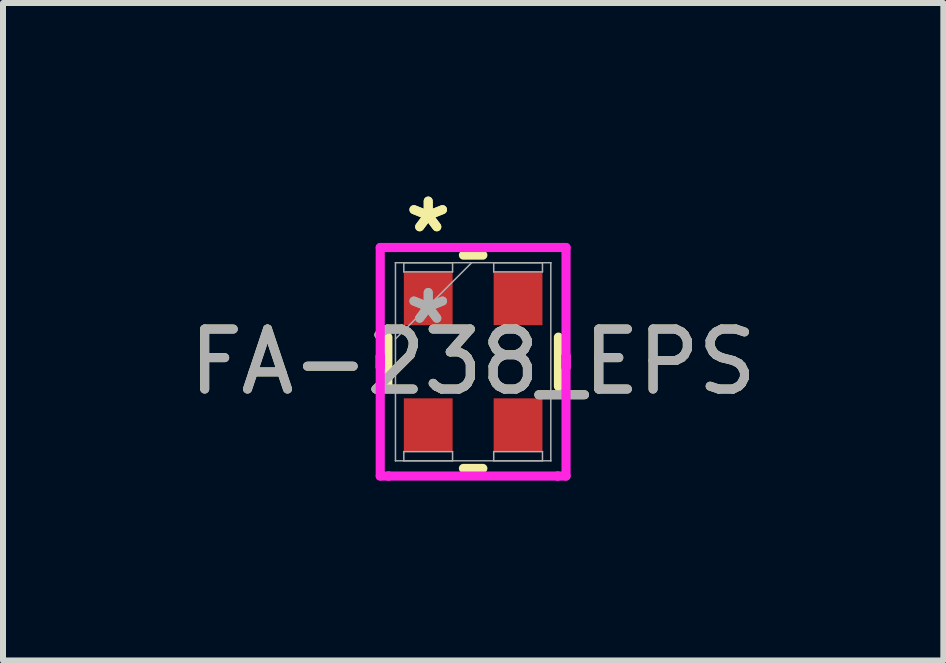
<source format=kicad_pcb>
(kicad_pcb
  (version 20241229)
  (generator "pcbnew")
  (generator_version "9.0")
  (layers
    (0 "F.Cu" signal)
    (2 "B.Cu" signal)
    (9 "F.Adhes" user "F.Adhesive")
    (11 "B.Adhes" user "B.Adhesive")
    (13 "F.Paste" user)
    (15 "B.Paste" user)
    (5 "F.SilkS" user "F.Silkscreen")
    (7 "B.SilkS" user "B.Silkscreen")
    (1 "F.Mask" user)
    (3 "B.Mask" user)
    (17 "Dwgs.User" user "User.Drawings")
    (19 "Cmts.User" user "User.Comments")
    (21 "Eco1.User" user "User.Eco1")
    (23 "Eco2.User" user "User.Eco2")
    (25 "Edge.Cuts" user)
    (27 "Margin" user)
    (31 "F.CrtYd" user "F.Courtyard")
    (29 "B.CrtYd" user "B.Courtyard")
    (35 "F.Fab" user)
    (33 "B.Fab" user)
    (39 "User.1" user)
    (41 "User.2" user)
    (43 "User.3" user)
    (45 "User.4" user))
  (footprint "FA-238_EPS"
    (layer "F.Cu")
    (at 4.839 2.982)
    (property "Reference" "FA-238_EPS" (at 0 0 0) (unlocked yes) (layer "F.SilkS") (effects (font (size 1 1) (thickness 0.15))))
    (attr smd)
    (fp_line (start -1.422 -0.411) (end -1.422 0.411) (stroke (width 0.152) (type solid)) (layer "F.SilkS"))
    (fp_line (start -0.162 1.778) (end 0.162 1.778) (stroke (width 0.152) (type solid)) (layer "F.SilkS"))
    (fp_line (start 0.162 -1.778) (end -0.162 -1.778) (stroke (width 0.152) (type solid)) (layer "F.SilkS"))
    (fp_line (start 1.422 0.411) (end 1.422 -0.411) (stroke (width 0.152) (type solid)) (layer "F.SilkS"))
    (fp_line (start -1.549 -1.905) (end -1.41 -1.905) (stroke (width 0.152) (type solid)) (layer "F.CrtYd"))
    (fp_line (start -1.549 -0.089) (end -1.549 -0.089) (stroke (width 0.152) (type solid)) (layer "F.CrtYd"))
    (fp_line (start -1.549 -0.089) (end -1.549 0.089) (stroke (width 0.152) (type solid)) (layer "F.CrtYd"))
    (fp_line (start -1.549 0.089) (end -1.549 -1.905) (stroke (width 0.152) (type solid)) (layer "F.CrtYd"))
    (fp_line (start -1.549 0.089) (end -1.549 0.089) (stroke (width 0.152) (type solid)) (layer "F.CrtYd"))
    (fp_line (start -1.549 1.905) (end -1.549 -0.089) (stroke (width 0.152) (type solid)) (layer "F.CrtYd"))
    (fp_line (start -1.41 -1.905) (end -1.41 -1.905) (stroke (width 0.152) (type solid)) (layer "F.CrtYd"))
    (fp_line (start -1.41 -1.905) (end 1.41 -1.905) (stroke (width 0.152) (type solid)) (layer "F.CrtYd"))
    (fp_line (start -1.41 1.905) (end -1.549 1.905) (stroke (width 0.152) (type solid)) (layer "F.CrtYd"))
    (fp_line (start -1.41 1.905) (end -1.41 1.905) (stroke (width 0.152) (type solid)) (layer "F.CrtYd"))
    (fp_line (start 1.41 -1.905) (end 1.41 -1.905) (stroke (width 0.152) (type solid)) (layer "F.CrtYd"))
    (fp_line (start 1.41 -1.905) (end 1.549 -1.905) (stroke (width 0.152) (type solid)) (layer "F.CrtYd"))
    (fp_line (start 1.41 1.905) (end -1.41 1.905) (stroke (width 0.152) (type solid)) (layer "F.CrtYd"))
    (fp_line (start 1.41 1.905) (end 1.41 1.905) (stroke (width 0.152) (type solid)) (layer "F.CrtYd"))
    (fp_line (start 1.549 -1.905) (end 1.549 0.089) (stroke (width 0.152) (type solid)) (layer "F.CrtYd"))
    (fp_line (start 1.549 -0.089) (end 1.549 -0.089) (stroke (width 0.152) (type solid)) (layer "F.CrtYd"))
    (fp_line (start 1.549 -0.089) (end 1.549 1.905) (stroke (width 0.152) (type solid)) (layer "F.CrtYd"))
    (fp_line (start 1.549 0.089) (end 1.549 -0.089) (stroke (width 0.152) (type solid)) (layer "F.CrtYd"))
    (fp_line (start 1.549 0.089) (end 1.549 0.089) (stroke (width 0.152) (type solid)) (layer "F.CrtYd"))
    (fp_line (start 1.549 1.905) (end 1.41 1.905) (stroke (width 0.152) (type solid)) (layer "F.CrtYd"))
    (fp_line (start -1.295 -1.651) (end -1.295 -1.651) (stroke (width 0.025) (type solid)) (layer "F.Fab"))
    (fp_line (start -1.295 -1.651) (end -1.295 1.651) (stroke (width 0.025) (type solid)) (layer "F.Fab"))
    (fp_line (start -1.295 -0.381) (end -0.025 -1.651) (stroke (width 0.025) (type solid)) (layer "F.Fab"))
    (fp_line (start -1.295 1.651) (end -1.295 1.651) (stroke (width 0.025) (type solid)) (layer "F.Fab"))
    (fp_line (start -1.295 1.651) (end 1.295 1.651) (stroke (width 0.025) (type solid)) (layer "F.Fab"))
    (fp_line (start -1.156 -1.651) (end -0.343 -1.651) (stroke (width 0.025) (type solid)) (layer "F.Fab"))
    (fp_line (start -1.156 -1.499) (end -1.156 -1.651) (stroke (width 0.025) (type solid)) (layer "F.Fab"))
    (fp_line (start -1.156 1.499) (end -0.343 1.499) (stroke (width 0.025) (type solid)) (layer "F.Fab"))
    (fp_line (start -1.156 1.651) (end -1.156 1.499) (stroke (width 0.025) (type solid)) (layer "F.Fab"))
    (fp_line (start -0.343 -1.651) (end -0.343 -1.499) (stroke (width 0.025) (type solid)) (layer "F.Fab"))
    (fp_line (start -0.343 -1.499) (end -1.156 -1.499) (stroke (width 0.025) (type solid)) (layer "F.Fab"))
    (fp_line (start -0.343 1.499) (end -0.343 1.651) (stroke (width 0.025) (type solid)) (layer "F.Fab"))
    (fp_line (start -0.343 1.651) (end -1.156 1.651) (stroke (width 0.025) (type solid)) (layer "F.Fab"))
    (fp_line (start 0.343 -1.651) (end 1.156 -1.651) (stroke (width 0.025) (type solid)) (layer "F.Fab"))
    (fp_line (start 0.343 -1.499) (end 0.343 -1.651) (stroke (width 0.025) (type solid)) (layer "F.Fab"))
    (fp_line (start 0.343 1.499) (end 1.156 1.499) (stroke (width 0.025) (type solid)) (layer "F.Fab"))
    (fp_line (start 0.343 1.651) (end 0.343 1.499) (stroke (width 0.025) (type solid)) (layer "F.Fab"))
    (fp_line (start 1.156 -1.651) (end 1.156 -1.499) (stroke (width 0.025) (type solid)) (layer "F.Fab"))
    (fp_line (start 1.156 -1.499) (end 0.343 -1.499) (stroke (width 0.025) (type solid)) (layer "F.Fab"))
    (fp_line (start 1.156 1.499) (end 1.156 1.651) (stroke (width 0.025) (type solid)) (layer "F.Fab"))
    (fp_line (start 1.156 1.651) (end 0.343 1.651) (stroke (width 0.025) (type solid)) (layer "F.Fab"))
    (fp_line (start 1.295 -1.651) (end -1.295 -1.651) (stroke (width 0.025) (type solid)) (layer "F.Fab"))
    (fp_line (start 1.295 -1.651) (end 1.295 -1.651) (stroke (width 0.025) (type solid)) (layer "F.Fab"))
    (fp_line (start 1.295 1.651) (end 1.295 -1.651) (stroke (width 0.025) (type solid)) (layer "F.Fab"))
    (fp_line (start 1.295 1.651) (end 1.295 1.651) (stroke (width 0.025) (type solid)) (layer "F.Fab"))
    (fp_text user "*" (at -0.749 -2.134 0) (layer "F.SilkS") (effects (font (size 1 1) (thickness 0.15))))
    (fp_text user "*" (at -0.749 -2.134 0) (unlocked yes) (layer "F.SilkS") (effects (font (size 1 1) (thickness 0.15))))
    (fp_text user "${REFERENCE}" (at 0 0 0) (unlocked yes) (layer "F.Fab") (effects (font (size 1 1) (thickness 0.15))))
    (fp_text user "*" (at -0.749 -0.61 0) (unlocked yes) (layer "F.Fab") (effects (font (size 1 1) (thickness 0.15))))
    (fp_text user "*" (at -0.749 -0.61 0) (layer "F.Fab") (effects (font (size 1 1) (thickness 0.15))))
    (pad "1" smd rect (at -0.749 -1.054) (size 0.813 0.889) (layers "F.Cu" "F.Mask" "F.Paste"))
    (pad "2" smd rect (at -0.749 1.054) (size 0.813 0.889) (layers "F.Cu" "F.Mask" "F.Paste"))
    (pad "3" smd rect (at 0.749 1.054) (size 0.813 0.889) (layers "F.Cu" "F.Mask" "F.Paste"))
    (pad "4" smd rect (at 0.749 -1.054) (size 0.813 0.889) (layers "F.Cu" "F.Mask" "F.Paste")))
  (gr_rect
    (start -3 -3)
    (end 12.679 7.963)
    (stroke (width 0.1) (type default))
    (fill no)
    (layer "Edge.Cuts")))
</source>
